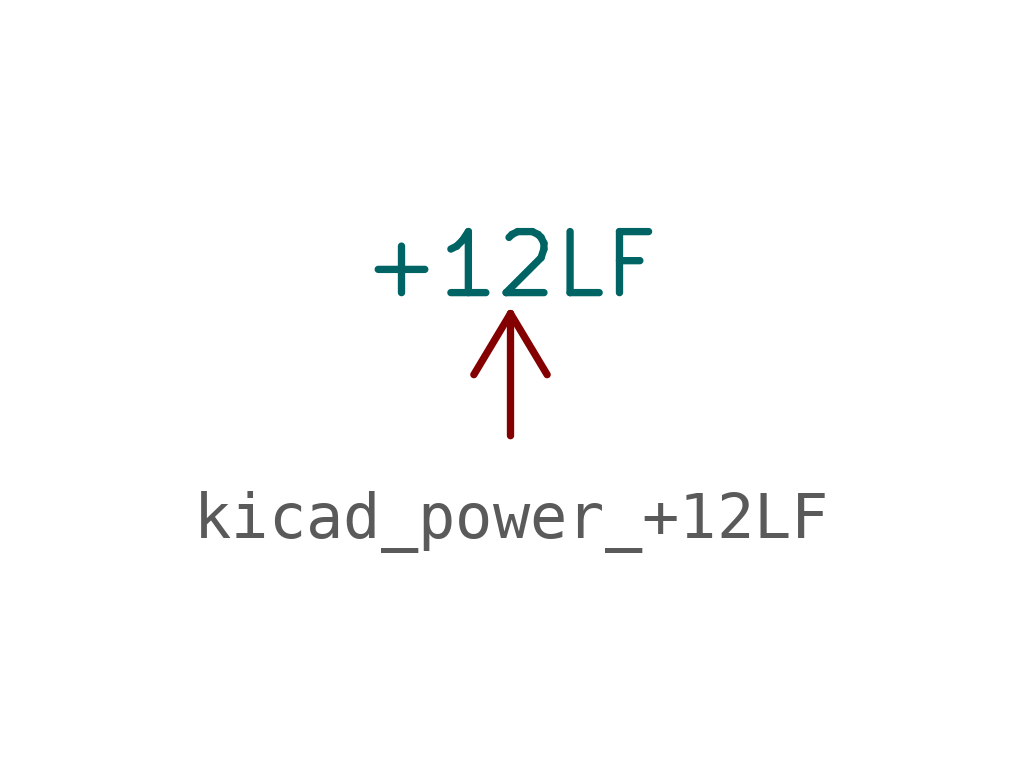
<source format=kicad_sym>
(kicad_symbol_lib
  (version 20220914)
  (generator kicad_symbol_editor)
  (symbol "kicad_power_+12LF"
    (power)
    (pin_names
      (offset 0))
    (property "Reference" "#PWR"
      (at 0 -3.81 0)
      (effects (font (size 1.27 1.27)) hide))
    (property "Value" "+12LF"
      (at 0 3.556 0)
      (effects (font (size 1.27 1.27))))
    (symbol "kicad_power_+12LF_0_1"
      (polyline (pts (xy -0.762 1.27) (xy 0 2.54)) (stroke (width 0) (type default)) (fill (type none)))
      (polyline (pts (xy 0 0) (xy 0 2.54)) (stroke (width 0) (type default)) (fill (type none)))
      (polyline (pts (xy 0 2.54) (xy 0.762 1.27)) (stroke (width 0) (type default)) (fill (type none))))
    (symbol "kicad_power_+12LF_1_1"
      (pin power_in line (at 0 0 90) (length 0) hide (name "+12LF" (effects (font (size 1.27 1.27)))) (number "1" (effects (font (size 1.27 1.27))))))))
</source>
